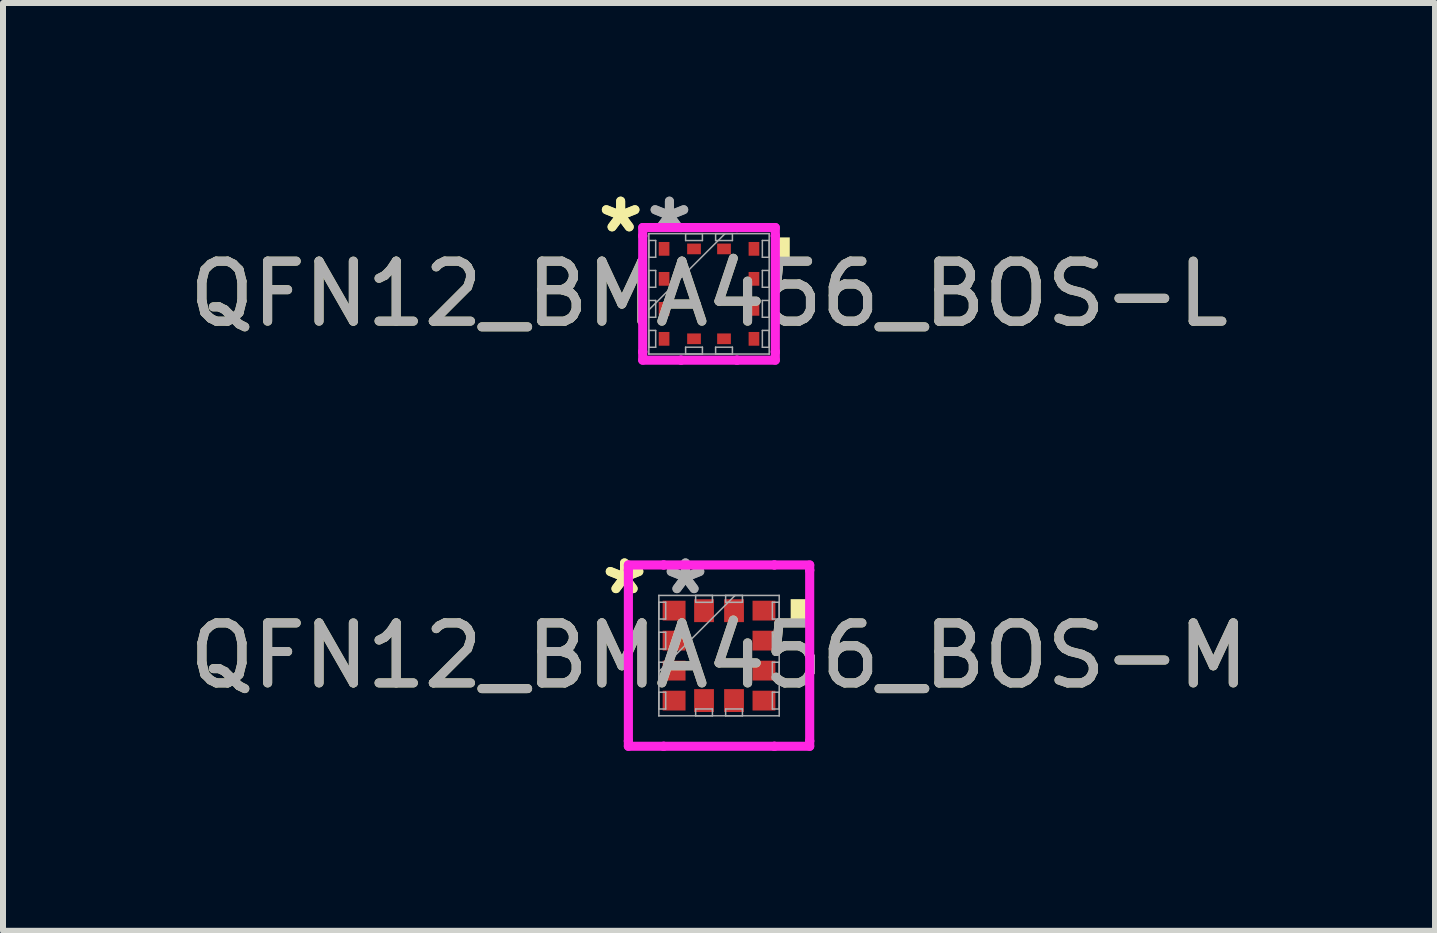
<source format=kicad_pcb>
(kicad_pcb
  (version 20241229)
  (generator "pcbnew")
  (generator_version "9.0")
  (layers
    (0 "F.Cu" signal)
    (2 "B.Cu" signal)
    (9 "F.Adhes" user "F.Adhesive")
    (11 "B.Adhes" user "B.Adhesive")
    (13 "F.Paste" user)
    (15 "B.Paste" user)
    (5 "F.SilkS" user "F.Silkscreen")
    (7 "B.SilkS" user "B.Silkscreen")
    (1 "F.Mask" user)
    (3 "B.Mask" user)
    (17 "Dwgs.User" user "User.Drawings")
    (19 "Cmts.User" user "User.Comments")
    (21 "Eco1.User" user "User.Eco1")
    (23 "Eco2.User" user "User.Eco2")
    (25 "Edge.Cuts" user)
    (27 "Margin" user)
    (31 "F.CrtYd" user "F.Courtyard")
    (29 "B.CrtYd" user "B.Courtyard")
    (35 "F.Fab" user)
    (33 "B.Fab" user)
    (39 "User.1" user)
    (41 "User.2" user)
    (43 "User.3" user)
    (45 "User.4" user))
  (footprint "QFN12_BMA456_BOS-L"
    (layer "F.Cu")
    (at 8.768 1.848)
    (property "Reference" "QFN12_BMA456_BOS-L" (at 0 0 0) (unlocked yes) (layer "F.SilkS") (effects (font (size 1 1) (thickness 0.15))))
    (attr smd)
    (fp_poly (pts (xy 1.346 -0.941) (xy 1.346 -0.56) (xy 1.092 -0.56) (xy 1.092 -0.941)) (stroke (width 0) (type solid)) (fill yes) (layer "F.SilkS"))
    (fp_line (start -1.105 -1.105) (end -0.466 -1.105) (stroke (width 0.152) (type solid)) (layer "F.CrtYd"))
    (fp_line (start -1.105 -0.966) (end -1.105 -1.105) (stroke (width 0.152) (type solid)) (layer "F.CrtYd"))
    (fp_line (start -1.105 -0.966) (end -1.105 -0.966) (stroke (width 0.152) (type solid)) (layer "F.CrtYd"))
    (fp_line (start -1.105 0.966) (end -1.105 -0.966) (stroke (width 0.152) (type solid)) (layer "F.CrtYd"))
    (fp_line (start -1.105 0.966) (end -1.105 0.966) (stroke (width 0.152) (type solid)) (layer "F.CrtYd"))
    (fp_line (start -1.105 1.105) (end -1.105 0.966) (stroke (width 0.152) (type solid)) (layer "F.CrtYd"))
    (fp_line (start -0.466 -1.105) (end -0.466 -1.105) (stroke (width 0.152) (type solid)) (layer "F.CrtYd"))
    (fp_line (start -0.466 -1.105) (end 0.466 -1.105) (stroke (width 0.152) (type solid)) (layer "F.CrtYd"))
    (fp_line (start -0.466 1.105) (end -1.105 1.105) (stroke (width 0.152) (type solid)) (layer "F.CrtYd"))
    (fp_line (start -0.466 1.105) (end -0.466 1.105) (stroke (width 0.152) (type solid)) (layer "F.CrtYd"))
    (fp_line (start 0.466 -1.105) (end 0.466 -1.105) (stroke (width 0.152) (type solid)) (layer "F.CrtYd"))
    (fp_line (start 0.466 -1.105) (end 1.105 -1.105) (stroke (width 0.152) (type solid)) (layer "F.CrtYd"))
    (fp_line (start 0.466 1.105) (end -0.466 1.105) (stroke (width 0.152) (type solid)) (layer "F.CrtYd"))
    (fp_line (start 0.466 1.105) (end 0.466 1.105) (stroke (width 0.152) (type solid)) (layer "F.CrtYd"))
    (fp_line (start 1.105 -1.105) (end 1.105 -0.966) (stroke (width 0.152) (type solid)) (layer "F.CrtYd"))
    (fp_line (start 1.105 -0.966) (end 1.105 -0.966) (stroke (width 0.152) (type solid)) (layer "F.CrtYd"))
    (fp_line (start 1.105 -0.966) (end 1.105 0.966) (stroke (width 0.152) (type solid)) (layer "F.CrtYd"))
    (fp_line (start 1.105 0.966) (end 1.105 0.966) (stroke (width 0.152) (type solid)) (layer "F.CrtYd"))
    (fp_line (start 1.105 0.966) (end 1.105 1.105) (stroke (width 0.152) (type solid)) (layer "F.CrtYd"))
    (fp_line (start 1.105 1.105) (end 0.466 1.105) (stroke (width 0.152) (type solid)) (layer "F.CrtYd"))
    (fp_line (start -1.003 -1.003) (end -1.003 -1.003) (stroke (width 0.025) (type solid)) (layer "F.Fab"))
    (fp_line (start -1.003 -1.003) (end -1.003 1.003) (stroke (width 0.025) (type solid)) (layer "F.Fab"))
    (fp_line (start -1.003 -0.89) (end -0.889 -0.89) (stroke (width 0.025) (type solid)) (layer "F.Fab"))
    (fp_line (start -1.003 -0.61) (end -1.003 -0.89) (stroke (width 0.025) (type solid)) (layer "F.Fab"))
    (fp_line (start -1.003 -0.39) (end -0.889 -0.39) (stroke (width 0.025) (type solid)) (layer "F.Fab"))
    (fp_line (start -1.003 -0.11) (end -1.003 -0.39) (stroke (width 0.025) (type solid)) (layer "F.Fab"))
    (fp_line (start -1.003 0.11) (end -0.889 0.11) (stroke (width 0.025) (type solid)) (layer "F.Fab"))
    (fp_line (start -1.003 0.267) (end 0.267 -1.003) (stroke (width 0.025) (type solid)) (layer "F.Fab"))
    (fp_line (start -1.003 0.39) (end -1.003 0.11) (stroke (width 0.025) (type solid)) (layer "F.Fab"))
    (fp_line (start -1.003 0.61) (end -0.889 0.61) (stroke (width 0.025) (type solid)) (layer "F.Fab"))
    (fp_line (start -1.003 0.89) (end -1.003 0.61) (stroke (width 0.025) (type solid)) (layer "F.Fab"))
    (fp_line (start -1.003 1.003) (end -1.003 1.003) (stroke (width 0.025) (type solid)) (layer "F.Fab"))
    (fp_line (start -1.003 1.003) (end 1.003 1.003) (stroke (width 0.025) (type solid)) (layer "F.Fab"))
    (fp_line (start -0.889 -0.89) (end -0.889 -0.61) (stroke (width 0.025) (type solid)) (layer "F.Fab"))
    (fp_line (start -0.889 -0.61) (end -1.003 -0.61) (stroke (width 0.025) (type solid)) (layer "F.Fab"))
    (fp_line (start -0.889 -0.39) (end -0.889 -0.11) (stroke (width 0.025) (type solid)) (layer "F.Fab"))
    (fp_line (start -0.889 -0.11) (end -1.003 -0.11) (stroke (width 0.025) (type solid)) (layer "F.Fab"))
    (fp_line (start -0.889 0.11) (end -0.889 0.39) (stroke (width 0.025) (type solid)) (layer "F.Fab"))
    (fp_line (start -0.889 0.39) (end -1.003 0.39) (stroke (width 0.025) (type solid)) (layer "F.Fab"))
    (fp_line (start -0.889 0.61) (end -0.889 0.89) (stroke (width 0.025) (type solid)) (layer "F.Fab"))
    (fp_line (start -0.889 0.89) (end -1.003 0.89) (stroke (width 0.025) (type solid)) (layer "F.Fab"))
    (fp_line (start -0.39 -1.003) (end -0.11 -1.003) (stroke (width 0.025) (type solid)) (layer "F.Fab"))
    (fp_line (start -0.39 -0.889) (end -0.39 -1.003) (stroke (width 0.025) (type solid)) (layer "F.Fab"))
    (fp_line (start -0.39 0.889) (end -0.11 0.889) (stroke (width 0.025) (type solid)) (layer "F.Fab"))
    (fp_line (start -0.39 1.003) (end -0.39 0.889) (stroke (width 0.025) (type solid)) (layer "F.Fab"))
    (fp_line (start -0.11 -1.003) (end -0.11 -0.889) (stroke (width 0.025) (type solid)) (layer "F.Fab"))
    (fp_line (start -0.11 -0.889) (end -0.39 -0.889) (stroke (width 0.025) (type solid)) (layer "F.Fab"))
    (fp_line (start -0.11 0.889) (end -0.11 1.003) (stroke (width 0.025) (type solid)) (layer "F.Fab"))
    (fp_line (start -0.11 1.003) (end -0.39 1.003) (stroke (width 0.025) (type solid)) (layer "F.Fab"))
    (fp_line (start 0.11 -1.003) (end 0.39 -1.003) (stroke (width 0.025) (type solid)) (layer "F.Fab"))
    (fp_line (start 0.11 -0.889) (end 0.11 -1.003) (stroke (width 0.025) (type solid)) (layer "F.Fab"))
    (fp_line (start 0.11 0.889) (end 0.39 0.889) (stroke (width 0.025) (type solid)) (layer "F.Fab"))
    (fp_line (start 0.11 1.003) (end 0.11 0.889) (stroke (width 0.025) (type solid)) (layer "F.Fab"))
    (fp_line (start 0.39 -1.003) (end 0.39 -0.889) (stroke (width 0.025) (type solid)) (layer "F.Fab"))
    (fp_line (start 0.39 -0.889) (end 0.11 -0.889) (stroke (width 0.025) (type solid)) (layer "F.Fab"))
    (fp_line (start 0.39 0.889) (end 0.39 1.003) (stroke (width 0.025) (type solid)) (layer "F.Fab"))
    (fp_line (start 0.39 1.003) (end 0.11 1.003) (stroke (width 0.025) (type solid)) (layer "F.Fab"))
    (fp_line (start 0.889 -0.89) (end 1.003 -0.89) (stroke (width 0.025) (type solid)) (layer "F.Fab"))
    (fp_line (start 0.889 -0.61) (end 0.889 -0.89) (stroke (width 0.025) (type solid)) (layer "F.Fab"))
    (fp_line (start 0.889 -0.39) (end 1.003 -0.39) (stroke (width 0.025) (type solid)) (layer "F.Fab"))
    (fp_line (start 0.889 -0.11) (end 0.889 -0.39) (stroke (width 0.025) (type solid)) (layer "F.Fab"))
    (fp_line (start 0.889 0.11) (end 1.003 0.11) (stroke (width 0.025) (type solid)) (layer "F.Fab"))
    (fp_line (start 0.889 0.39) (end 0.889 0.11) (stroke (width 0.025) (type solid)) (layer "F.Fab"))
    (fp_line (start 0.889 0.61) (end 1.003 0.61) (stroke (width 0.025) (type solid)) (layer "F.Fab"))
    (fp_line (start 0.889 0.89) (end 0.889 0.61) (stroke (width 0.025) (type solid)) (layer "F.Fab"))
    (fp_line (start 1.003 -1.003) (end -1.003 -1.003) (stroke (width 0.025) (type solid)) (layer "F.Fab"))
    (fp_line (start 1.003 -1.003) (end 1.003 -1.003) (stroke (width 0.025) (type solid)) (layer "F.Fab"))
    (fp_line (start 1.003 -0.89) (end 1.003 -0.61) (stroke (width 0.025) (type solid)) (layer "F.Fab"))
    (fp_line (start 1.003 -0.61) (end 0.889 -0.61) (stroke (width 0.025) (type solid)) (layer "F.Fab"))
    (fp_line (start 1.003 -0.39) (end 1.003 -0.11) (stroke (width 0.025) (type solid)) (layer "F.Fab"))
    (fp_line (start 1.003 -0.11) (end 0.889 -0.11) (stroke (width 0.025) (type solid)) (layer "F.Fab"))
    (fp_line (start 1.003 0.11) (end 1.003 0.39) (stroke (width 0.025) (type solid)) (layer "F.Fab"))
    (fp_line (start 1.003 0.39) (end 0.889 0.39) (stroke (width 0.025) (type solid)) (layer "F.Fab"))
    (fp_line (start 1.003 0.61) (end 1.003 0.89) (stroke (width 0.025) (type solid)) (layer "F.Fab"))
    (fp_line (start 1.003 0.89) (end 0.889 0.89) (stroke (width 0.025) (type solid)) (layer "F.Fab"))
    (fp_line (start 1.003 1.003) (end 1.003 -1.003) (stroke (width 0.025) (type solid)) (layer "F.Fab"))
    (fp_line (start 1.003 1.003) (end 1.003 1.003) (stroke (width 0.025) (type solid)) (layer "F.Fab"))
    (fp_text user "*" (at -1.473 -1 0) (layer "F.SilkS") (effects (font (size 1 1) (thickness 0.15))))
    (fp_text user "*" (at -1.473 -1 0) (unlocked yes) (layer "F.SilkS") (effects (font (size 1 1) (thickness 0.15))))
    (fp_text user "*" (at -0.66 -1 0) (unlocked yes) (layer "F.Fab") (effects (font (size 1 1) (thickness 0.15))))
    (fp_text user "*" (at -0.66 -1 0) (layer "F.Fab") (effects (font (size 1 1) (thickness 0.15))))
    (fp_text user "${REFERENCE}" (at 0 0 0) (unlocked yes) (layer "F.Fab") (effects (font (size 1 1) (thickness 0.15))))
    (pad "1" smd rect (at -0.749 -0.75 90) (size 0.229 0.178) (layers "F.Cu" "F.Mask" "F.Paste"))
    (pad "2" smd rect (at -0.749 -0.25 90) (size 0.229 0.178) (layers "F.Cu" "F.Mask" "F.Paste"))
    (pad "3" smd rect (at -0.749 0.25 90) (size 0.229 0.178) (layers "F.Cu" "F.Mask" "F.Paste"))
    (pad "4" smd rect (at -0.749 0.75 90) (size 0.229 0.178) (layers "F.Cu" "F.Mask" "F.Paste"))
    (pad "5" smd rect (at -0.25 0.749) (size 0.229 0.178) (layers "F.Cu" "F.Mask" "F.Paste"))
    (pad "6" smd rect (at 0.25 0.749) (size 0.229 0.178) (layers "F.Cu" "F.Mask" "F.Paste"))
    (pad "7" smd rect (at 0.749 0.75 90) (size 0.229 0.178) (layers "F.Cu" "F.Mask" "F.Paste"))
    (pad "8" smd rect (at 0.749 0.25 90) (size 0.229 0.178) (layers "F.Cu" "F.Mask" "F.Paste"))
    (pad "9" smd rect (at 0.749 -0.25 90) (size 0.229 0.178) (layers "F.Cu" "F.Mask" "F.Paste"))
    (pad "10" smd rect (at 0.749 -0.75 90) (size 0.229 0.178) (layers "F.Cu" "F.Mask" "F.Paste"))
    (pad "11" smd rect (at 0.25 -0.749) (size 0.229 0.178) (layers "F.Cu" "F.Mask" "F.Paste"))
    (pad "12" smd rect (at -0.25 -0.749) (size 0.229 0.178) (layers "F.Cu" "F.Mask" "F.Paste")))
  (footprint "QFN12_BMA456_BOS-M"
    (layer "F.Cu")
    (at 8.935 7.878)
    (property "Reference" "QFN12_BMA456_BOS-M" (at 0 0 0) (unlocked yes) (layer "F.SilkS") (effects (font (size 1 1) (thickness 0.15))))
    (attr smd)
    (fp_poly (pts (xy 1.448 -0.941) (xy 1.448 -0.56) (xy 1.194 -0.56) (xy 1.194 -0.941)) (stroke (width 0) (type solid)) (fill yes) (layer "F.SilkS"))
    (fp_line (start -1.511 -1.511) (end -0.923 -1.511) (stroke (width 0.152) (type solid)) (layer "F.CrtYd"))
    (fp_line (start -1.511 -1.423) (end -1.511 -1.511) (stroke (width 0.152) (type solid)) (layer "F.CrtYd"))
    (fp_line (start -1.511 -1.423) (end -1.511 -1.423) (stroke (width 0.152) (type solid)) (layer "F.CrtYd"))
    (fp_line (start -1.511 1.423) (end -1.511 -1.423) (stroke (width 0.152) (type solid)) (layer "F.CrtYd"))
    (fp_line (start -1.511 1.423) (end -1.511 1.423) (stroke (width 0.152) (type solid)) (layer "F.CrtYd"))
    (fp_line (start -1.511 1.511) (end -1.511 1.423) (stroke (width 0.152) (type solid)) (layer "F.CrtYd"))
    (fp_line (start -0.923 -1.511) (end -0.923 -1.511) (stroke (width 0.152) (type solid)) (layer "F.CrtYd"))
    (fp_line (start -0.923 -1.511) (end 0.923 -1.511) (stroke (width 0.152) (type solid)) (layer "F.CrtYd"))
    (fp_line (start -0.923 1.511) (end -1.511 1.511) (stroke (width 0.152) (type solid)) (layer "F.CrtYd"))
    (fp_line (start -0.923 1.511) (end -0.923 1.511) (stroke (width 0.152) (type solid)) (layer "F.CrtYd"))
    (fp_line (start 0.923 -1.511) (end 0.923 -1.511) (stroke (width 0.152) (type solid)) (layer "F.CrtYd"))
    (fp_line (start 0.923 -1.511) (end 1.511 -1.511) (stroke (width 0.152) (type solid)) (layer "F.CrtYd"))
    (fp_line (start 0.923 1.511) (end -0.923 1.511) (stroke (width 0.152) (type solid)) (layer "F.CrtYd"))
    (fp_line (start 0.923 1.511) (end 0.923 1.511) (stroke (width 0.152) (type solid)) (layer "F.CrtYd"))
    (fp_line (start 1.511 -1.511) (end 1.511 -1.423) (stroke (width 0.152) (type solid)) (layer "F.CrtYd"))
    (fp_line (start 1.511 -1.423) (end 1.511 -1.423) (stroke (width 0.152) (type solid)) (layer "F.CrtYd"))
    (fp_line (start 1.511 -1.423) (end 1.511 1.423) (stroke (width 0.152) (type solid)) (layer "F.CrtYd"))
    (fp_line (start 1.511 1.423) (end 1.511 1.423) (stroke (width 0.152) (type solid)) (layer "F.CrtYd"))
    (fp_line (start 1.511 1.423) (end 1.511 1.511) (stroke (width 0.152) (type solid)) (layer "F.CrtYd"))
    (fp_line (start 1.511 1.511) (end 0.923 1.511) (stroke (width 0.152) (type solid)) (layer "F.CrtYd"))
    (fp_line (start -1.003 -1.003) (end -1.003 -1.003) (stroke (width 0.025) (type solid)) (layer "F.Fab"))
    (fp_line (start -1.003 -1.003) (end -1.003 1.003) (stroke (width 0.025) (type solid)) (layer "F.Fab"))
    (fp_line (start -1.003 -0.89) (end -0.889 -0.89) (stroke (width 0.025) (type solid)) (layer "F.Fab"))
    (fp_line (start -1.003 -0.61) (end -1.003 -0.89) (stroke (width 0.025) (type solid)) (layer "F.Fab"))
    (fp_line (start -1.003 -0.39) (end -0.889 -0.39) (stroke (width 0.025) (type solid)) (layer "F.Fab"))
    (fp_line (start -1.003 -0.11) (end -1.003 -0.39) (stroke (width 0.025) (type solid)) (layer "F.Fab"))
    (fp_line (start -1.003 0.11) (end -0.889 0.11) (stroke (width 0.025) (type solid)) (layer "F.Fab"))
    (fp_line (start -1.003 0.267) (end 0.267 -1.003) (stroke (width 0.025) (type solid)) (layer "F.Fab"))
    (fp_line (start -1.003 0.39) (end -1.003 0.11) (stroke (width 0.025) (type solid)) (layer "F.Fab"))
    (fp_line (start -1.003 0.61) (end -0.889 0.61) (stroke (width 0.025) (type solid)) (layer "F.Fab"))
    (fp_line (start -1.003 0.89) (end -1.003 0.61) (stroke (width 0.025) (type solid)) (layer "F.Fab"))
    (fp_line (start -1.003 1.003) (end -1.003 1.003) (stroke (width 0.025) (type solid)) (layer "F.Fab"))
    (fp_line (start -1.003 1.003) (end 1.003 1.003) (stroke (width 0.025) (type solid)) (layer "F.Fab"))
    (fp_line (start -0.889 -0.89) (end -0.889 -0.61) (stroke (width 0.025) (type solid)) (layer "F.Fab"))
    (fp_line (start -0.889 -0.61) (end -1.003 -0.61) (stroke (width 0.025) (type solid)) (layer "F.Fab"))
    (fp_line (start -0.889 -0.39) (end -0.889 -0.11) (stroke (width 0.025) (type solid)) (layer "F.Fab"))
    (fp_line (start -0.889 -0.11) (end -1.003 -0.11) (stroke (width 0.025) (type solid)) (layer "F.Fab"))
    (fp_line (start -0.889 0.11) (end -0.889 0.39) (stroke (width 0.025) (type solid)) (layer "F.Fab"))
    (fp_line (start -0.889 0.39) (end -1.003 0.39) (stroke (width 0.025) (type solid)) (layer "F.Fab"))
    (fp_line (start -0.889 0.61) (end -0.889 0.89) (stroke (width 0.025) (type solid)) (layer "F.Fab"))
    (fp_line (start -0.889 0.89) (end -1.003 0.89) (stroke (width 0.025) (type solid)) (layer "F.Fab"))
    (fp_line (start -0.39 -1.003) (end -0.11 -1.003) (stroke (width 0.025) (type solid)) (layer "F.Fab"))
    (fp_line (start -0.39 -0.889) (end -0.39 -1.003) (stroke (width 0.025) (type solid)) (layer "F.Fab"))
    (fp_line (start -0.39 0.889) (end -0.11 0.889) (stroke (width 0.025) (type solid)) (layer "F.Fab"))
    (fp_line (start -0.39 1.003) (end -0.39 0.889) (stroke (width 0.025) (type solid)) (layer "F.Fab"))
    (fp_line (start -0.11 -1.003) (end -0.11 -0.889) (stroke (width 0.025) (type solid)) (layer "F.Fab"))
    (fp_line (start -0.11 -0.889) (end -0.39 -0.889) (stroke (width 0.025) (type solid)) (layer "F.Fab"))
    (fp_line (start -0.11 0.889) (end -0.11 1.003) (stroke (width 0.025) (type solid)) (layer "F.Fab"))
    (fp_line (start -0.11 1.003) (end -0.39 1.003) (stroke (width 0.025) (type solid)) (layer "F.Fab"))
    (fp_line (start 0.11 -1.003) (end 0.39 -1.003) (stroke (width 0.025) (type solid)) (layer "F.Fab"))
    (fp_line (start 0.11 -0.889) (end 0.11 -1.003) (stroke (width 0.025) (type solid)) (layer "F.Fab"))
    (fp_line (start 0.11 0.889) (end 0.39 0.889) (stroke (width 0.025) (type solid)) (layer "F.Fab"))
    (fp_line (start 0.11 1.003) (end 0.11 0.889) (stroke (width 0.025) (type solid)) (layer "F.Fab"))
    (fp_line (start 0.39 -1.003) (end 0.39 -0.889) (stroke (width 0.025) (type solid)) (layer "F.Fab"))
    (fp_line (start 0.39 -0.889) (end 0.11 -0.889) (stroke (width 0.025) (type solid)) (layer "F.Fab"))
    (fp_line (start 0.39 0.889) (end 0.39 1.003) (stroke (width 0.025) (type solid)) (layer "F.Fab"))
    (fp_line (start 0.39 1.003) (end 0.11 1.003) (stroke (width 0.025) (type solid)) (layer "F.Fab"))
    (fp_line (start 0.889 -0.89) (end 1.003 -0.89) (stroke (width 0.025) (type solid)) (layer "F.Fab"))
    (fp_line (start 0.889 -0.61) (end 0.889 -0.89) (stroke (width 0.025) (type solid)) (layer "F.Fab"))
    (fp_line (start 0.889 -0.39) (end 1.003 -0.39) (stroke (width 0.025) (type solid)) (layer "F.Fab"))
    (fp_line (start 0.889 -0.11) (end 0.889 -0.39) (stroke (width 0.025) (type solid)) (layer "F.Fab"))
    (fp_line (start 0.889 0.11) (end 1.003 0.11) (stroke (width 0.025) (type solid)) (layer "F.Fab"))
    (fp_line (start 0.889 0.39) (end 0.889 0.11) (stroke (width 0.025) (type solid)) (layer "F.Fab"))
    (fp_line (start 0.889 0.61) (end 1.003 0.61) (stroke (width 0.025) (type solid)) (layer "F.Fab"))
    (fp_line (start 0.889 0.89) (end 0.889 0.61) (stroke (width 0.025) (type solid)) (layer "F.Fab"))
    (fp_line (start 1.003 -1.003) (end -1.003 -1.003) (stroke (width 0.025) (type solid)) (layer "F.Fab"))
    (fp_line (start 1.003 -1.003) (end 1.003 -1.003) (stroke (width 0.025) (type solid)) (layer "F.Fab"))
    (fp_line (start 1.003 -0.89) (end 1.003 -0.61) (stroke (width 0.025) (type solid)) (layer "F.Fab"))
    (fp_line (start 1.003 -0.61) (end 0.889 -0.61) (stroke (width 0.025) (type solid)) (layer "F.Fab"))
    (fp_line (start 1.003 -0.39) (end 1.003 -0.11) (stroke (width 0.025) (type solid)) (layer "F.Fab"))
    (fp_line (start 1.003 -0.11) (end 0.889 -0.11) (stroke (width 0.025) (type solid)) (layer "F.Fab"))
    (fp_line (start 1.003 0.11) (end 1.003 0.39) (stroke (width 0.025) (type solid)) (layer "F.Fab"))
    (fp_line (start 1.003 0.39) (end 0.889 0.39) (stroke (width 0.025) (type solid)) (layer "F.Fab"))
    (fp_line (start 1.003 0.61) (end 1.003 0.89) (stroke (width 0.025) (type solid)) (layer "F.Fab"))
    (fp_line (start 1.003 0.89) (end 0.889 0.89) (stroke (width 0.025) (type solid)) (layer "F.Fab"))
    (fp_line (start 1.003 1.003) (end 1.003 -1.003) (stroke (width 0.025) (type solid)) (layer "F.Fab"))
    (fp_line (start 1.003 1.003) (end 1.003 1.003) (stroke (width 0.025) (type solid)) (layer "F.Fab"))
    (fp_text user "*" (at -1.575 -1 0) (layer "F.SilkS") (effects (font (size 1 1) (thickness 0.15))))
    (fp_text user "*" (at -1.575 -1 0) (unlocked yes) (layer "F.SilkS") (effects (font (size 1 1) (thickness 0.15))))
    (fp_text user "*" (at -0.559 -1 0) (layer "F.Fab") (effects (font (size 1 1) (thickness 0.15))))
    (fp_text user "*" (at -0.559 -1 0) (unlocked yes) (layer "F.Fab") (effects (font (size 1 1) (thickness 0.15))))
    (fp_text user "${REFERENCE}" (at 0 0 0) (unlocked yes) (layer "F.Fab") (effects (font (size 1 1) (thickness 0.15))))
    (pad "1" smd rect (at -0.749 -0.75 90) (size 0.33 0.381) (layers "F.Cu" "F.Mask" "F.Paste"))
    (pad "2" smd rect (at -0.749 -0.25 90) (size 0.33 0.381) (layers "F.Cu" "F.Mask" "F.Paste"))
    (pad "3" smd rect (at -0.749 0.25 90) (size 0.33 0.381) (layers "F.Cu" "F.Mask" "F.Paste"))
    (pad "4" smd rect (at -0.749 0.75 90) (size 0.33 0.381) (layers "F.Cu" "F.Mask" "F.Paste"))
    (pad "5" smd rect (at -0.25 0.749) (size 0.33 0.381) (layers "F.Cu" "F.Mask" "F.Paste"))
    (pad "6" smd rect (at 0.25 0.749) (size 0.33 0.381) (layers "F.Cu" "F.Mask" "F.Paste"))
    (pad "7" smd rect (at 0.749 0.75 90) (size 0.33 0.381) (layers "F.Cu" "F.Mask" "F.Paste"))
    (pad "8" smd rect (at 0.749 0.25 90) (size 0.33 0.381) (layers "F.Cu" "F.Mask" "F.Paste"))
    (pad "9" smd rect (at 0.749 -0.25 90) (size 0.33 0.381) (layers "F.Cu" "F.Mask" "F.Paste"))
    (pad "10" smd rect (at 0.749 -0.75 90) (size 0.33 0.381) (layers "F.Cu" "F.Mask" "F.Paste"))
    (pad "11" smd rect (at 0.25 -0.749) (size 0.33 0.381) (layers "F.Cu" "F.Mask" "F.Paste"))
    (pad "12" smd rect (at -0.25 -0.749) (size 0.33 0.381) (layers "F.Cu" "F.Mask" "F.Paste")))
  (gr_rect
    (start -3 -3)
    (end 20.869 12.465)
    (stroke (width 0.1) (type default))
    (fill no)
    (layer "Edge.Cuts")))
</source>
